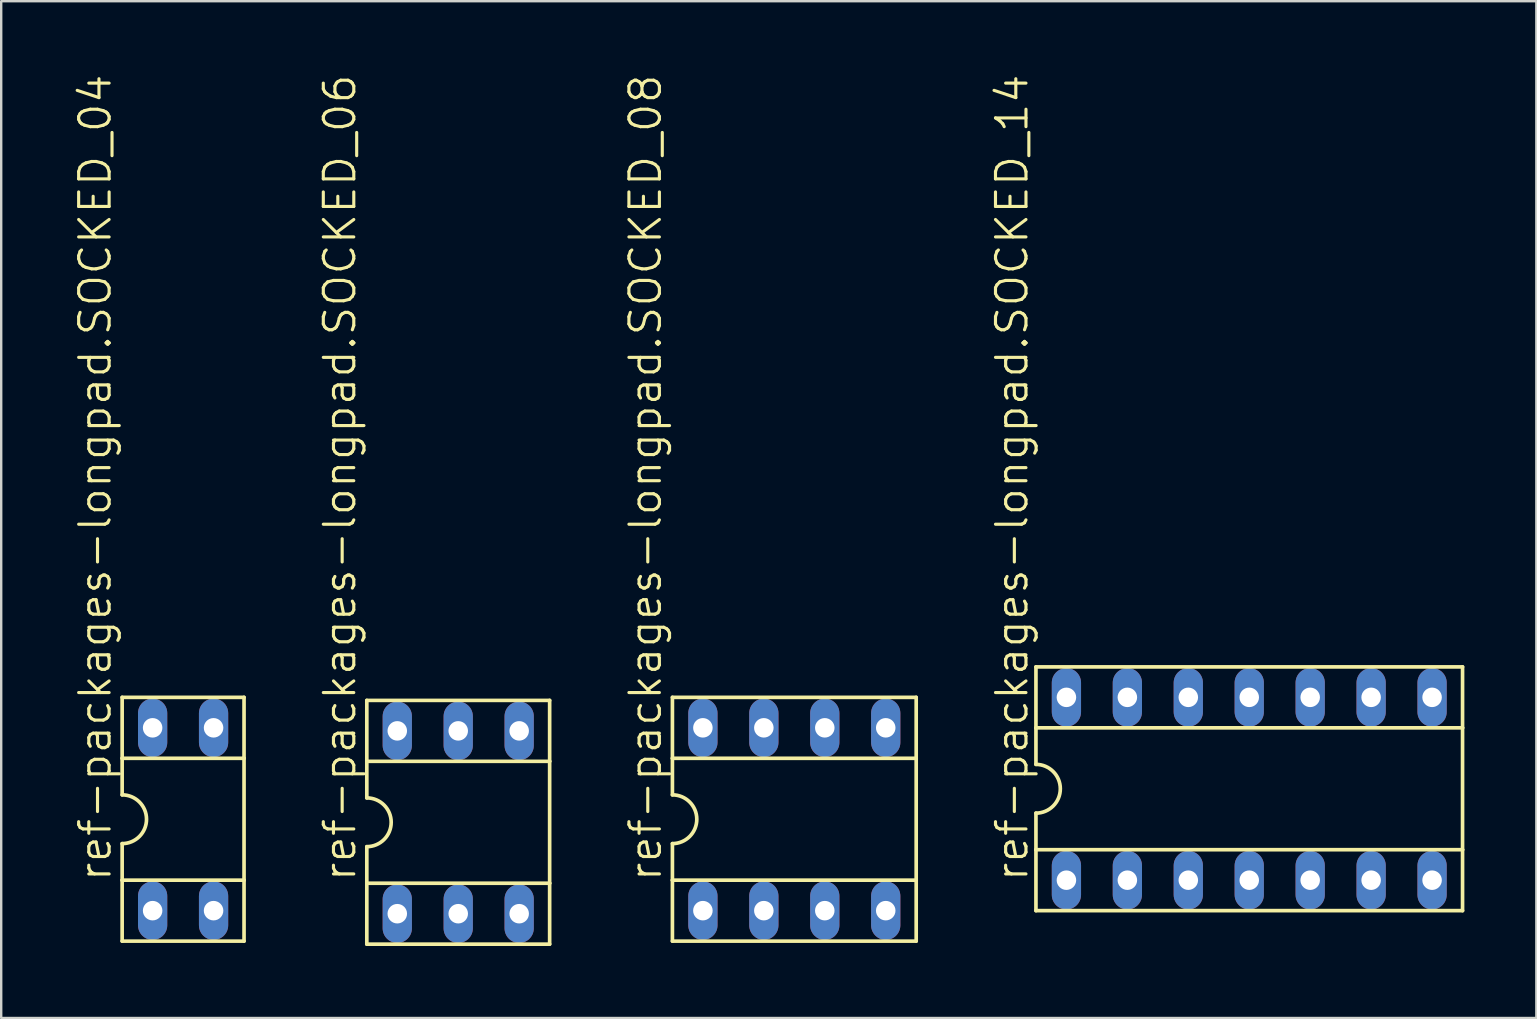
<source format=kicad_pcb>
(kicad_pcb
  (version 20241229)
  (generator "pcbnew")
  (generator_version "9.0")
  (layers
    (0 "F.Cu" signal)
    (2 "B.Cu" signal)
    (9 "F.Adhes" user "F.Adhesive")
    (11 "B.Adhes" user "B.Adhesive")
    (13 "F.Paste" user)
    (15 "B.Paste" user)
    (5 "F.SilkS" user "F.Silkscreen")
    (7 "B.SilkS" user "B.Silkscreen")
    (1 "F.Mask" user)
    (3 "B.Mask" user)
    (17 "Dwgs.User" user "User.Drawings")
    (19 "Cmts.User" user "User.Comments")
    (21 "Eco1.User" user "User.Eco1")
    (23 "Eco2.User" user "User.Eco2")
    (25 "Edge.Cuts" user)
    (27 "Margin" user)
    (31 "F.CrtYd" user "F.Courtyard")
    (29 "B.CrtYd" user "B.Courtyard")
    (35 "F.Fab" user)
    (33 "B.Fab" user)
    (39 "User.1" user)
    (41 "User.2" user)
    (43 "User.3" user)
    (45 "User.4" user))
  (footprint "ref-packages-longpad.SOCKED_06"
    (layer "F.Cu")
    (at 16.048 31.221)
    (property "Reference" "ref-packages-longpad.SOCKED_06" (at -4.191 2.54 90) (layer "F.SilkS") (effects (font (size 1.27 1.27) (thickness 0.13)) (justify left bottom)))
    (attr through_hole)
    (fp_line (start -3.81 -5.08) (end -3.81 -2.54) (stroke (width 0.152) (type default)) (layer "F.SilkS"))
    (fp_line (start -3.81 -2.54) (end -3.81 -1.016) (stroke (width 0.152) (type default)) (layer "F.SilkS"))
    (fp_line (start -3.81 -2.54) (end 3.81 -2.54) (stroke (width 0.152) (type default)) (layer "F.SilkS"))
    (fp_line (start -3.81 2.54) (end -3.81 1.016) (stroke (width 0.152) (type default)) (layer "F.SilkS"))
    (fp_line (start -3.81 2.54) (end 3.81 2.54) (stroke (width 0.152) (type default)) (layer "F.SilkS"))
    (fp_line (start -3.81 5.08) (end -3.81 2.54) (stroke (width 0.152) (type default)) (layer "F.SilkS"))
    (fp_line (start -3.81 5.08) (end 3.81 5.08) (stroke (width 0.152) (type default)) (layer "F.SilkS"))
    (fp_line (start 3.81 -5.08) (end -3.81 -5.08) (stroke (width 0.152) (type default)) (layer "F.SilkS"))
    (fp_line (start 3.81 -5.08) (end 3.81 -2.54) (stroke (width 0.152) (type default)) (layer "F.SilkS"))
    (fp_line (start 3.81 -2.54) (end 3.81 2.54) (stroke (width 0.152) (type default)) (layer "F.SilkS"))
    (fp_line (start 3.81 2.54) (end 3.81 5.08) (stroke (width 0.152) (type default)) (layer "F.SilkS"))
    (fp_arc (start -3.81 -1.016) (mid -2.794 0) (end -3.81 1.016) (stroke (width 0.1524) (type default)) (layer "F.SilkS"))
    (pad "1" thru_hole oval (at -2.54 3.81 90) (size 2.438 1.219) (drill 0.813) (layers "*.Cu" "*.Mask"))
    (pad "2" thru_hole oval (at 0 3.81 90) (size 2.438 1.219) (drill 0.813) (layers "*.Cu" "*.Mask"))
    (pad "3" thru_hole oval (at 2.54 3.81 90) (size 2.438 1.219) (drill 0.813) (layers "*.Cu" "*.Mask"))
    (pad "4" thru_hole oval (at 2.54 -3.81 90) (size 2.438 1.219) (drill 0.813) (layers "*.Cu" "*.Mask"))
    (pad "5" thru_hole oval (at 0 -3.81 90) (size 2.438 1.219) (drill 0.813) (layers "*.Cu" "*.Mask"))
    (pad "6" thru_hole oval (at -2.54 -3.81 90) (size 2.438 1.219) (drill 0.813) (layers "*.Cu" "*.Mask")))
  (footprint "ref-packages-longpad.SOCKED_14"
    (layer "F.Cu")
    (at 49.016 29.824)
    (property "Reference" "ref-packages-longpad.SOCKED_14" (at -9.144 3.937 90) (layer "F.SilkS") (effects (font (size 1.27 1.27) (thickness 0.13)) (justify left bottom)))
    (attr through_hole)
    (fp_line (start -8.89 -5.08) (end -8.89 -2.54) (stroke (width 0.152) (type default)) (layer "F.SilkS"))
    (fp_line (start -8.89 -2.54) (end -8.89 -1.016) (stroke (width 0.152) (type default)) (layer "F.SilkS"))
    (fp_line (start -8.89 -2.54) (end 8.89 -2.54) (stroke (width 0.152) (type default)) (layer "F.SilkS"))
    (fp_line (start -8.89 2.54) (end -8.89 1.016) (stroke (width 0.152) (type default)) (layer "F.SilkS"))
    (fp_line (start -8.89 2.54) (end 8.89 2.54) (stroke (width 0.152) (type default)) (layer "F.SilkS"))
    (fp_line (start -8.89 5.08) (end -8.89 2.54) (stroke (width 0.152) (type default)) (layer "F.SilkS"))
    (fp_line (start -8.89 5.08) (end 8.89 5.08) (stroke (width 0.152) (type default)) (layer "F.SilkS"))
    (fp_line (start 8.89 -5.08) (end -8.89 -5.08) (stroke (width 0.152) (type default)) (layer "F.SilkS"))
    (fp_line (start 8.89 -5.08) (end 8.89 -2.54) (stroke (width 0.152) (type default)) (layer "F.SilkS"))
    (fp_line (start 8.89 -2.54) (end 8.89 2.54) (stroke (width 0.152) (type default)) (layer "F.SilkS"))
    (fp_line (start 8.89 2.54) (end 8.89 5.08) (stroke (width 0.152) (type default)) (layer "F.SilkS"))
    (fp_arc (start -8.89 -1.016) (mid -7.874 0) (end -8.89 1.016) (stroke (width 0.1524) (type default)) (layer "F.SilkS"))
    (pad "1" thru_hole oval (at -7.62 3.81 90) (size 2.438 1.219) (drill 0.813) (layers "*.Cu" "*.Mask"))
    (pad "2" thru_hole oval (at -5.08 3.81 90) (size 2.438 1.219) (drill 0.813) (layers "*.Cu" "*.Mask"))
    (pad "3" thru_hole oval (at -2.54 3.81 90) (size 2.438 1.219) (drill 0.813) (layers "*.Cu" "*.Mask"))
    (pad "4" thru_hole oval (at 0 3.81 90) (size 2.438 1.219) (drill 0.813) (layers "*.Cu" "*.Mask"))
    (pad "5" thru_hole oval (at 2.54 3.81 90) (size 2.438 1.219) (drill 0.813) (layers "*.Cu" "*.Mask"))
    (pad "6" thru_hole oval (at 5.08 3.81 90) (size 2.438 1.219) (drill 0.813) (layers "*.Cu" "*.Mask"))
    (pad "7" thru_hole oval (at 7.62 3.81 90) (size 2.438 1.219) (drill 0.813) (layers "*.Cu" "*.Mask"))
    (pad "8" thru_hole oval (at 7.62 -3.81 90) (size 2.438 1.219) (drill 0.813) (layers "*.Cu" "*.Mask"))
    (pad "9" thru_hole oval (at 5.08 -3.81 90) (size 2.438 1.219) (drill 0.813) (layers "*.Cu" "*.Mask"))
    (pad "10" thru_hole oval (at 2.54 -3.81 90) (size 2.438 1.219) (drill 0.813) (layers "*.Cu" "*.Mask"))
    (pad "11" thru_hole oval (at 0 -3.81 90) (size 2.438 1.219) (drill 0.813) (layers "*.Cu" "*.Mask"))
    (pad "12" thru_hole oval (at -2.54 -3.81 90) (size 2.438 1.219) (drill 0.813) (layers "*.Cu" "*.Mask"))
    (pad "13" thru_hole oval (at -5.08 -3.81 90) (size 2.438 1.219) (drill 0.813) (layers "*.Cu" "*.Mask"))
    (pad "14" thru_hole oval (at -7.62 -3.81 90) (size 2.438 1.219) (drill 0.813) (layers "*.Cu" "*.Mask")))
  (footprint "ref-packages-longpad.SOCKED_04"
    (layer "F.Cu")
    (at 4.581 31.094)
    (property "Reference" "ref-packages-longpad.SOCKED_04" (at -2.921 2.667 90) (layer "F.SilkS") (effects (font (size 1.27 1.27) (thickness 0.13)) (justify left bottom)))
    (attr through_hole)
    (fp_line (start -2.54 -5.08) (end -2.54 -2.54) (stroke (width 0.152) (type default)) (layer "F.SilkS"))
    (fp_line (start -2.54 -2.54) (end -2.54 -1.016) (stroke (width 0.152) (type default)) (layer "F.SilkS"))
    (fp_line (start -2.54 -2.54) (end 2.54 -2.54) (stroke (width 0.152) (type default)) (layer "F.SilkS"))
    (fp_line (start -2.54 2.54) (end -2.54 1.016) (stroke (width 0.152) (type default)) (layer "F.SilkS"))
    (fp_line (start -2.54 2.54) (end 2.54 2.54) (stroke (width 0.152) (type default)) (layer "F.SilkS"))
    (fp_line (start -2.54 5.08) (end -2.54 2.54) (stroke (width 0.152) (type default)) (layer "F.SilkS"))
    (fp_line (start -2.54 5.08) (end 2.54 5.08) (stroke (width 0.152) (type default)) (layer "F.SilkS"))
    (fp_line (start 2.54 -5.08) (end -2.54 -5.08) (stroke (width 0.152) (type default)) (layer "F.SilkS"))
    (fp_line (start 2.54 -5.08) (end 2.54 -2.54) (stroke (width 0.152) (type default)) (layer "F.SilkS"))
    (fp_line (start 2.54 -2.54) (end 2.54 2.54) (stroke (width 0.152) (type default)) (layer "F.SilkS"))
    (fp_line (start 2.54 2.54) (end 2.54 5.08) (stroke (width 0.152) (type default)) (layer "F.SilkS"))
    (fp_arc (start -2.54 -1.016) (mid -1.524 0) (end -2.54 1.016) (stroke (width 0.1524) (type default)) (layer "F.SilkS"))
    (pad "1" thru_hole oval (at -1.27 3.81 90) (size 2.438 1.219) (drill 0.813) (layers "*.Cu" "*.Mask"))
    (pad "2" thru_hole oval (at 1.27 3.81 90) (size 2.438 1.219) (drill 0.813) (layers "*.Cu" "*.Mask"))
    (pad "3" thru_hole oval (at 1.27 -3.81 90) (size 2.438 1.219) (drill 0.813) (layers "*.Cu" "*.Mask"))
    (pad "4" thru_hole oval (at -1.27 -3.81 90) (size 2.438 1.219) (drill 0.813) (layers "*.Cu" "*.Mask")))
  (footprint "ref-packages-longpad.SOCKED_08"
    (layer "F.Cu")
    (at 30.055 31.094)
    (property "Reference" "ref-packages-longpad.SOCKED_08" (at -5.461 2.667 90) (layer "F.SilkS") (effects (font (size 1.27 1.27) (thickness 0.13)) (justify left bottom)))
    (attr through_hole)
    (fp_line (start -5.08 -5.08) (end -5.08 -2.54) (stroke (width 0.152) (type default)) (layer "F.SilkS"))
    (fp_line (start -5.08 -2.54) (end -5.08 -1.016) (stroke (width 0.152) (type default)) (layer "F.SilkS"))
    (fp_line (start -5.08 -2.54) (end 5.08 -2.54) (stroke (width 0.152) (type default)) (layer "F.SilkS"))
    (fp_line (start -5.08 2.54) (end -5.08 1.016) (stroke (width 0.152) (type default)) (layer "F.SilkS"))
    (fp_line (start -5.08 2.54) (end 5.08 2.54) (stroke (width 0.152) (type default)) (layer "F.SilkS"))
    (fp_line (start -5.08 5.08) (end -5.08 2.54) (stroke (width 0.152) (type default)) (layer "F.SilkS"))
    (fp_line (start -5.08 5.08) (end 5.08 5.08) (stroke (width 0.152) (type default)) (layer "F.SilkS"))
    (fp_line (start 5.08 -5.08) (end -5.08 -5.08) (stroke (width 0.152) (type default)) (layer "F.SilkS"))
    (fp_line (start 5.08 -5.08) (end 5.08 -2.54) (stroke (width 0.152) (type default)) (layer "F.SilkS"))
    (fp_line (start 5.08 -2.54) (end 5.08 2.54) (stroke (width 0.152) (type default)) (layer "F.SilkS"))
    (fp_line (start 5.08 2.54) (end 5.08 5.08) (stroke (width 0.152) (type default)) (layer "F.SilkS"))
    (fp_arc (start -5.08 -1.016) (mid -4.064 0) (end -5.08 1.016) (stroke (width 0.1524) (type default)) (layer "F.SilkS"))
    (pad "1" thru_hole oval (at -3.81 3.81 90) (size 2.438 1.219) (drill 0.813) (layers "*.Cu" "*.Mask"))
    (pad "2" thru_hole oval (at -1.27 3.81 90) (size 2.438 1.219) (drill 0.813) (layers "*.Cu" "*.Mask"))
    (pad "3" thru_hole oval (at 1.27 3.81 90) (size 2.438 1.219) (drill 0.813) (layers "*.Cu" "*.Mask"))
    (pad "4" thru_hole oval (at 3.81 3.81 90) (size 2.438 1.219) (drill 0.813) (layers "*.Cu" "*.Mask"))
    (pad "5" thru_hole oval (at 3.81 -3.81 90) (size 2.438 1.219) (drill 0.813) (layers "*.Cu" "*.Mask"))
    (pad "6" thru_hole oval (at 1.27 -3.81 90) (size 2.438 1.219) (drill 0.813) (layers "*.Cu" "*.Mask"))
    (pad "7" thru_hole oval (at -1.27 -3.81 90) (size 2.438 1.219) (drill 0.813) (layers "*.Cu" "*.Mask"))
    (pad "8" thru_hole oval (at -3.81 -3.81 90) (size 2.438 1.219) (drill 0.813) (layers "*.Cu" "*.Mask")))
  (gr_rect
    (start -3 -3)
    (end 60.982 39.377)
    (stroke (width 0.1) (type default))
    (fill no)
    (layer "Edge.Cuts")))
</source>
